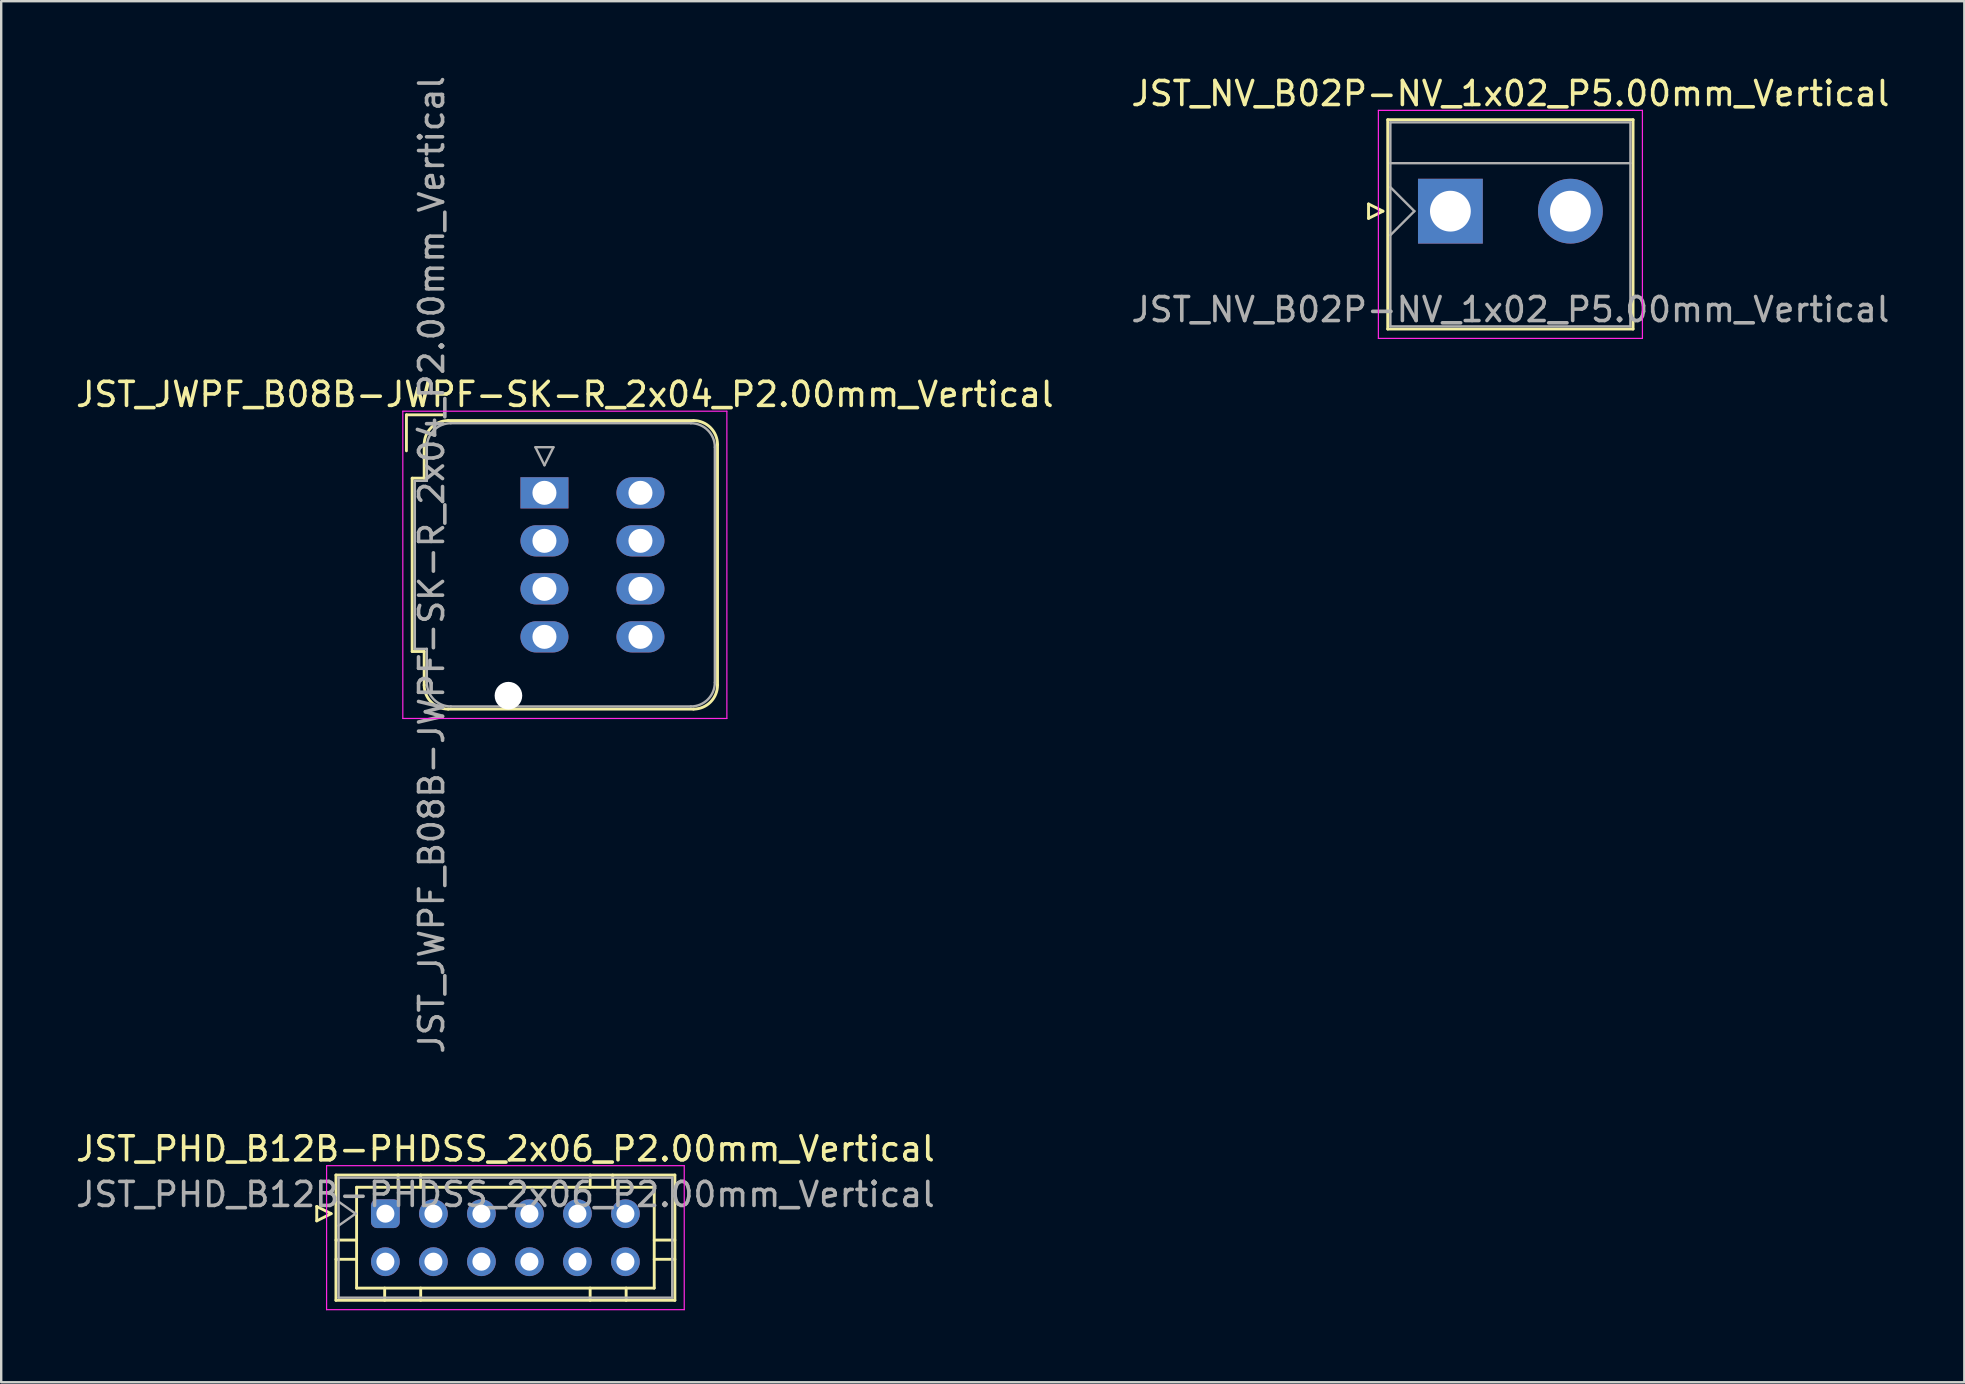
<source format=kicad_pcb>
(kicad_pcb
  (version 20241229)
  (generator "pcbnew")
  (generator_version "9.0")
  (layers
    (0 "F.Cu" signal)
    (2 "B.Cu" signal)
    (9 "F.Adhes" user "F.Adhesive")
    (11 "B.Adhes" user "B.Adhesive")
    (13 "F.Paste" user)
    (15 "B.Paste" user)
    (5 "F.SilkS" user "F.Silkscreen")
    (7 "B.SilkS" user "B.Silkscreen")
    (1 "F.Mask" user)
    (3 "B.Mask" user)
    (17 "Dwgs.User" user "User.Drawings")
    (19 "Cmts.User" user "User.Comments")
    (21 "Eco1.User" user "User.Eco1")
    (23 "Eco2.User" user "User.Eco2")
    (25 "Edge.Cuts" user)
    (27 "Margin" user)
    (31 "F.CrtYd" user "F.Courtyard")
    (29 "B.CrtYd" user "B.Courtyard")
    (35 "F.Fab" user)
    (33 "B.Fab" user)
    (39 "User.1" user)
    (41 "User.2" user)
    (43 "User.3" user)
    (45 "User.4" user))
  (footprint "JST_NV_B02P-NV_1x02_P5.00mm_Vertical"
    (layer "F.Cu")
    (at 57.375 5.748)
    (property "Reference" "JST_NV_B02P-NV_1x02_P5.00mm_Vertical" (at 2.5 -4.9 0) (layer "F.SilkS") (effects (font (size 1 1) (thickness 0.15))))
    (attr through_hole)
    (fp_line (start -3.41 -0.3) (end -2.81 0) (stroke (width 0.12) (type solid)) (layer "F.SilkS"))
    (fp_line (start -3.41 0.3) (end -3.41 -0.3) (stroke (width 0.12) (type solid)) (layer "F.SilkS"))
    (fp_line (start -2.81 0) (end -3.41 0.3) (stroke (width 0.12) (type solid)) (layer "F.SilkS"))
    (fp_line (start -2.61 -3.81) (end -2.61 4.91) (stroke (width 0.12) (type solid)) (layer "F.SilkS"))
    (fp_line (start -2.61 4.91) (end 7.61 4.91) (stroke (width 0.12) (type solid)) (layer "F.SilkS"))
    (fp_line (start 7.61 -3.81) (end -2.61 -3.81) (stroke (width 0.12) (type solid)) (layer "F.SilkS"))
    (fp_line (start 7.61 4.91) (end 7.61 -3.81) (stroke (width 0.12) (type solid)) (layer "F.SilkS"))
    (fp_line (start -3 -4.2) (end -3 5.3) (stroke (width 0.05) (type solid)) (layer "F.CrtYd"))
    (fp_line (start -3 5.3) (end 8 5.3) (stroke (width 0.05) (type solid)) (layer "F.CrtYd"))
    (fp_line (start 8 -4.2) (end -3 -4.2) (stroke (width 0.05) (type solid)) (layer "F.CrtYd"))
    (fp_line (start 8 5.3) (end 8 -4.2) (stroke (width 0.05) (type solid)) (layer "F.CrtYd"))
    (fp_line (start -2.5 -3.7) (end -2.5 4.8) (stroke (width 0.1) (type solid)) (layer "F.Fab"))
    (fp_line (start -2.5 -2) (end 7.5 -2) (stroke (width 0.1) (type solid)) (layer "F.Fab"))
    (fp_line (start -2.5 -1) (end -1.5 0) (stroke (width 0.1) (type solid)) (layer "F.Fab"))
    (fp_line (start -2.5 1) (end -1.5 0) (stroke (width 0.1) (type solid)) (layer "F.Fab"))
    (fp_line (start -2.5 4.8) (end 7.5 4.8) (stroke (width 0.1) (type solid)) (layer "F.Fab"))
    (fp_line (start 7.5 -3.7) (end -2.5 -3.7) (stroke (width 0.1) (type solid)) (layer "F.Fab"))
    (fp_line (start 7.5 4.8) (end 7.5 -3.7) (stroke (width 0.1) (type solid)) (layer "F.Fab"))
    (fp_text user "${REFERENCE}" (at 2.5 4.1 0) (layer "F.Fab") (effects (font (size 1 1) (thickness 0.15))))
    (pad "1" thru_hole rect (at 0 0) (size 2.7 2.7) (drill 1.7) (layers "*.Cu" "*.Mask"))
    (pad "2" thru_hole circle (at 5 0) (size 2.7 2.7) (drill 1.7) (layers "*.Cu" "*.Mask")))
  (footprint "JST_PHD_B12B-PHDSS_2x06_P2.00mm_Vertical"
    (layer "F.Cu")
    (at 13.006 47.513)
    (property "Reference" "JST_PHD_B12B-PHDSS_2x06_P2.00mm_Vertical" (at 5 -2.7 0) (layer "F.SilkS") (effects (font (size 1 1) (thickness 0.15))))
    (attr through_hole)
    (fp_line (start -2.86 -0.3) (end -2.26 0) (stroke (width 0.12) (type solid)) (layer "F.SilkS"))
    (fp_line (start -2.86 0.3) (end -2.86 -0.3) (stroke (width 0.12) (type solid)) (layer "F.SilkS"))
    (fp_line (start -2.26 0) (end -2.86 0.3) (stroke (width 0.12) (type solid)) (layer "F.SilkS"))
    (fp_line (start -2.06 -1.61) (end -2.06 3.61) (stroke (width 0.12) (type solid)) (layer "F.SilkS"))
    (fp_line (start -2.06 1.1) (end -1.2 1.1) (stroke (width 0.12) (type solid)) (layer "F.SilkS"))
    (fp_line (start -2.06 1.9) (end -1.2 1.9) (stroke (width 0.12) (type solid)) (layer "F.SilkS"))
    (fp_line (start -2.06 3.61) (end 12.06 3.61) (stroke (width 0.12) (type solid)) (layer "F.SilkS"))
    (fp_line (start -1.2 -1.1) (end -1.2 3.1) (stroke (width 0.12) (type solid)) (layer "F.SilkS"))
    (fp_line (start -1.2 3.1) (end 11.2 3.1) (stroke (width 0.12) (type solid)) (layer "F.SilkS"))
    (fp_line (start -0.03 3.61) (end -0.03 3.1) (stroke (width 0.12) (type solid)) (layer "F.SilkS"))
    (fp_line (start 0.53 -1.61) (end 0.53 -1.1) (stroke (width 0.12) (type solid)) (layer "F.SilkS"))
    (fp_line (start 1.47 -1.61) (end 1.47 -1.1) (stroke (width 0.12) (type solid)) (layer "F.SilkS"))
    (fp_line (start 1.47 3.61) (end 1.47 3.1) (stroke (width 0.12) (type solid)) (layer "F.SilkS"))
    (fp_line (start 8.53 -1.61) (end 8.53 -1.1) (stroke (width 0.12) (type solid)) (layer "F.SilkS"))
    (fp_line (start 8.53 3.61) (end 8.53 3.1) (stroke (width 0.12) (type solid)) (layer "F.SilkS"))
    (fp_line (start 9.47 -1.61) (end 9.47 -1.1) (stroke (width 0.12) (type solid)) (layer "F.SilkS"))
    (fp_line (start 10.03 3.61) (end 10.03 3.1) (stroke (width 0.12) (type solid)) (layer "F.SilkS"))
    (fp_line (start 11.2 -1.1) (end -1.2 -1.1) (stroke (width 0.12) (type solid)) (layer "F.SilkS"))
    (fp_line (start 11.2 3.1) (end 11.2 -1.1) (stroke (width 0.12) (type solid)) (layer "F.SilkS"))
    (fp_line (start 12.06 -1.61) (end -2.06 -1.61) (stroke (width 0.12) (type solid)) (layer "F.SilkS"))
    (fp_line (start 12.06 1.1) (end 11.2 1.1) (stroke (width 0.12) (type solid)) (layer "F.SilkS"))
    (fp_line (start 12.06 1.9) (end 11.2 1.9) (stroke (width 0.12) (type solid)) (layer "F.SilkS"))
    (fp_line (start 12.06 3.61) (end 12.06 -1.61) (stroke (width 0.12) (type solid)) (layer "F.SilkS"))
    (fp_line (start -2.45 -2) (end -2.45 4) (stroke (width 0.05) (type solid)) (layer "F.CrtYd"))
    (fp_line (start -2.45 4) (end 12.45 4) (stroke (width 0.05) (type solid)) (layer "F.CrtYd"))
    (fp_line (start 12.45 -2) (end -2.45 -2) (stroke (width 0.05) (type solid)) (layer "F.CrtYd"))
    (fp_line (start 12.45 4) (end 12.45 -2) (stroke (width 0.05) (type solid)) (layer "F.CrtYd"))
    (fp_line (start -1.95 -1.5) (end -1.95 3.5) (stroke (width 0.1) (type solid)) (layer "F.Fab"))
    (fp_line (start -1.95 0.5) (end -1.243 0) (stroke (width 0.1) (type solid)) (layer "F.Fab"))
    (fp_line (start -1.95 3.5) (end 11.95 3.5) (stroke (width 0.1) (type solid)) (layer "F.Fab"))
    (fp_line (start -1.243 0) (end -1.95 -0.5) (stroke (width 0.1) (type solid)) (layer "F.Fab"))
    (fp_line (start 11.95 -1.5) (end -1.95 -1.5) (stroke (width 0.1) (type solid)) (layer "F.Fab"))
    (fp_line (start 11.95 3.5) (end 11.95 -1.5) (stroke (width 0.1) (type solid)) (layer "F.Fab"))
    (fp_text user "${REFERENCE}" (at 5 -0.8 0) (layer "F.Fab") (effects (font (size 1 1) (thickness 0.15))))
    (pad "1" thru_hole roundrect (at 0 0) (size 1.2 1.2) (drill 0.75) (layers "*.Cu" "*.Mask") (roundrect_rratio 0.208))
    (pad "2" thru_hole circle (at 0 2) (size 1.2 1.2) (drill 0.75) (layers "*.Cu" "*.Mask"))
    (pad "3" thru_hole circle (at 2 0) (size 1.2 1.2) (drill 0.75) (layers "*.Cu" "*.Mask"))
    (pad "4" thru_hole circle (at 2 2) (size 1.2 1.2) (drill 0.75) (layers "*.Cu" "*.Mask"))
    (pad "5" thru_hole circle (at 4 0) (size 1.2 1.2) (drill 0.75) (layers "*.Cu" "*.Mask"))
    (pad "6" thru_hole circle (at 4 2) (size 1.2 1.2) (drill 0.75) (layers "*.Cu" "*.Mask"))
    (pad "7" thru_hole circle (at 6 0) (size 1.2 1.2) (drill 0.75) (layers "*.Cu" "*.Mask"))
    (pad "8" thru_hole circle (at 6 2) (size 1.2 1.2) (drill 0.75) (layers "*.Cu" "*.Mask"))
    (pad "9" thru_hole circle (at 8 0) (size 1.2 1.2) (drill 0.75) (layers "*.Cu" "*.Mask"))
    (pad "10" thru_hole circle (at 8 2) (size 1.2 1.2) (drill 0.75) (layers "*.Cu" "*.Mask"))
    (pad "11" thru_hole circle (at 10 0) (size 1.2 1.2) (drill 0.75) (layers "*.Cu" "*.Mask"))
    (pad "12" thru_hole circle (at 10 2) (size 1.2 1.2) (drill 0.75) (layers "*.Cu" "*.Mask")))
  (footprint "JST_JWPF_B08B-JWPF-SK-R_2x04_P2.00mm_Vertical"
    (layer "F.Cu")
    (at 19.632 17.482)
    (property "Reference" "JST_JWPF_B08B-JWPF-SK-R_2x04_P2.00mm_Vertical" (at 0.85 -4.1 0) (layer "F.SilkS") (effects (font (size 1 1) (thickness 0.15))))
    (attr through_hole)
    (fp_line (start -5.75 -3.25) (end -4.25 -3.25) (stroke (width 0.12) (type solid)) (layer "F.SilkS"))
    (fp_line (start -5.75 -1.75) (end -5.75 -3.25) (stroke (width 0.12) (type solid)) (layer "F.SilkS"))
    (fp_line (start -5.51 -0.61) (end -5.51 6.61) (stroke (width 0.12) (type solid)) (layer "F.SilkS"))
    (fp_line (start -5.51 6.61) (end -5.01 6.61) (stroke (width 0.12) (type solid)) (layer "F.SilkS"))
    (fp_line (start -5.01 -2.01) (end -5.01 -0.61) (stroke (width 0.12) (type solid)) (layer "F.SilkS"))
    (fp_line (start -5.01 -0.61) (end -5.51 -0.61) (stroke (width 0.12) (type solid)) (layer "F.SilkS"))
    (fp_line (start -5.01 6.61) (end -5.01 8.01) (stroke (width 0.12) (type solid)) (layer "F.SilkS"))
    (fp_line (start -4.01 -3.01) (end 6.21 -3.01) (stroke (width 0.12) (type solid)) (layer "F.SilkS"))
    (fp_line (start -4.01 9.01) (end 6.21 9.01) (stroke (width 0.12) (type solid)) (layer "F.SilkS"))
    (fp_line (start 7.21 -2.01) (end 7.21 8.01) (stroke (width 0.12) (type solid)) (layer "F.SilkS"))
    (fp_arc (start -5.01 -2.01) (mid -4.717107 -2.717107) (end -4.01 -3.01) (stroke (width 0.12) (type solid)) (layer "F.SilkS"))
    (fp_arc (start -4.01 9.01) (mid -4.717107 8.717107) (end -5.01 8.01) (stroke (width 0.12) (type solid)) (layer "F.SilkS"))
    (fp_arc (start 6.21 -3.01) (mid 6.917107 -2.717107) (end 7.21 -2.01) (stroke (width 0.12) (type solid)) (layer "F.SilkS"))
    (fp_arc (start 7.21 8.01) (mid 6.917107 8.717107) (end 6.21 9.01) (stroke (width 0.12) (type solid)) (layer "F.SilkS"))
    (fp_line (start -5.9 -3.4) (end -5.9 9.4) (stroke (width 0.05) (type solid)) (layer "F.CrtYd"))
    (fp_line (start -5.9 9.4) (end 7.6 9.4) (stroke (width 0.05) (type solid)) (layer "F.CrtYd"))
    (fp_line (start 7.6 -3.4) (end -5.9 -3.4) (stroke (width 0.05) (type solid)) (layer "F.CrtYd"))
    (fp_line (start 7.6 9.4) (end 7.6 -3.4) (stroke (width 0.05) (type solid)) (layer "F.CrtYd"))
    (fp_line (start -5.4 -0.5) (end -5.4 6.5) (stroke (width 0.1) (type solid)) (layer "F.Fab"))
    (fp_line (start -5.4 6.5) (end -4.9 6.5) (stroke (width 0.1) (type solid)) (layer "F.Fab"))
    (fp_line (start -4.9 -1.9) (end -4.9 -0.5) (stroke (width 0.1) (type solid)) (layer "F.Fab"))
    (fp_line (start -4.9 -0.5) (end -5.4 -0.5) (stroke (width 0.1) (type solid)) (layer "F.Fab"))
    (fp_line (start -4.9 6.5) (end -4.9 7.9) (stroke (width 0.1) (type solid)) (layer "F.Fab"))
    (fp_line (start -3.9 -2.9) (end 6.1 -2.9) (stroke (width 0.1) (type solid)) (layer "F.Fab"))
    (fp_line (start -3.9 8.9) (end 6.1 8.9) (stroke (width 0.1) (type solid)) (layer "F.Fab"))
    (fp_line (start -0.375 -1.9) (end 0.375 -1.9) (stroke (width 0.1) (type solid)) (layer "F.Fab"))
    (fp_line (start 0 -1.15) (end -0.375 -1.9) (stroke (width 0.1) (type solid)) (layer "F.Fab"))
    (fp_line (start 0.375 -1.9) (end 0 -1.15) (stroke (width 0.1) (type solid)) (layer "F.Fab"))
    (fp_line (start 7.1 -1.9) (end 7.1 7.9) (stroke (width 0.1) (type solid)) (layer "F.Fab"))
    (fp_arc (start -4.9 -1.9) (mid -4.607107 -2.607107) (end -3.9 -2.9) (stroke (width 0.1) (type solid)) (layer "F.Fab"))
    (fp_arc (start -3.9 8.9) (mid -4.607107 8.607107) (end -4.9 7.9) (stroke (width 0.1) (type solid)) (layer "F.Fab"))
    (fp_arc (start 6.1 -2.9) (mid 6.807107 -2.607107) (end 7.1 -1.9) (stroke (width 0.1) (type solid)) (layer "F.Fab"))
    (fp_arc (start 7.1 7.9) (mid 6.807107 8.607107) (end 6.1 8.9) (stroke (width 0.1) (type solid)) (layer "F.Fab"))
    (fp_text user "${REFERENCE}" (at -4.7 3 90) (layer "F.Fab") (effects (font (size 1 1) (thickness 0.15))))
    (pad "" np_thru_hole circle (at -1.5 8.45) (size 1.15 1.15) (drill 1.15) (layers "*.Cu" "*.Mask"))
    (pad "1" thru_hole rect (at 0 0) (size 2 1.3) (drill 1) (layers "*.Cu" "*.Mask"))
    (pad "2" thru_hole oval (at 0 2) (size 2 1.3) (drill 1) (layers "*.Cu" "*.Mask"))
    (pad "3" thru_hole oval (at 0 4) (size 2 1.3) (drill 1) (layers "*.Cu" "*.Mask"))
    (pad "4" thru_hole oval (at 0 6) (size 2 1.3) (drill 1) (layers "*.Cu" "*.Mask"))
    (pad "5" thru_hole oval (at 4 0) (size 2 1.3) (drill 1) (layers "*.Cu" "*.Mask"))
    (pad "6" thru_hole oval (at 4 2) (size 2 1.3) (drill 1) (layers "*.Cu" "*.Mask"))
    (pad "7" thru_hole oval (at 4 4) (size 2 1.3) (drill 1) (layers "*.Cu" "*.Mask"))
    (pad "8" thru_hole oval (at 4 6) (size 2 1.3) (drill 1) (layers "*.Cu" "*.Mask")))
  (gr_rect
    (start -3 -3)
    (end 78.786 54.538)
    (stroke (width 0.1) (type default))
    (fill no)
    (layer "Edge.Cuts")))
</source>
